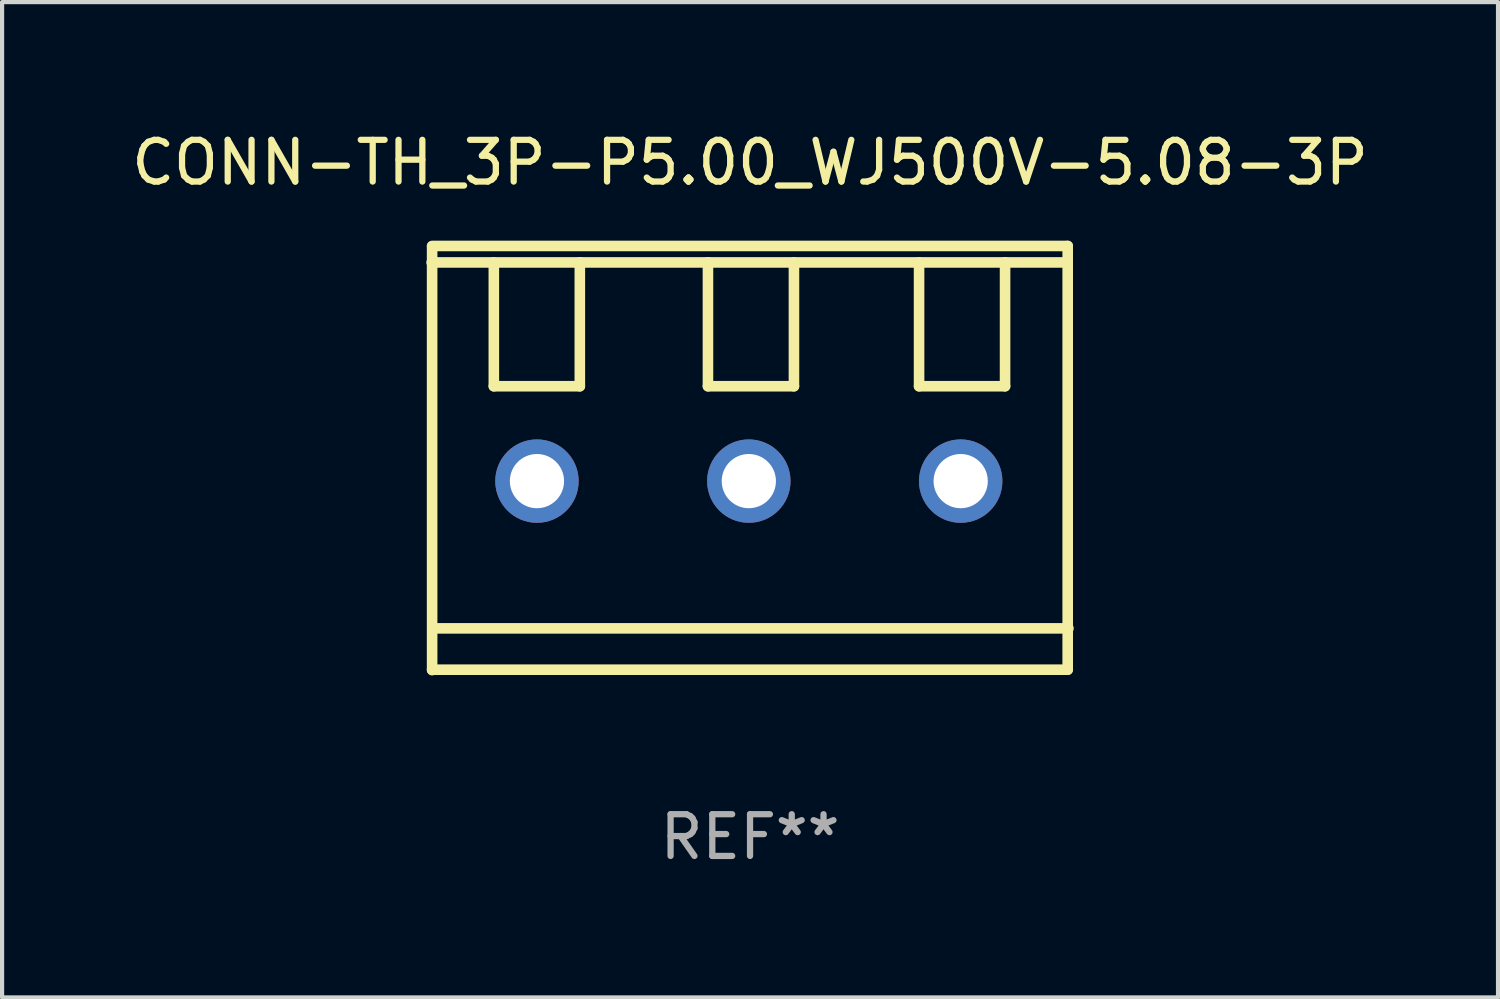
<source format=kicad_pcb>
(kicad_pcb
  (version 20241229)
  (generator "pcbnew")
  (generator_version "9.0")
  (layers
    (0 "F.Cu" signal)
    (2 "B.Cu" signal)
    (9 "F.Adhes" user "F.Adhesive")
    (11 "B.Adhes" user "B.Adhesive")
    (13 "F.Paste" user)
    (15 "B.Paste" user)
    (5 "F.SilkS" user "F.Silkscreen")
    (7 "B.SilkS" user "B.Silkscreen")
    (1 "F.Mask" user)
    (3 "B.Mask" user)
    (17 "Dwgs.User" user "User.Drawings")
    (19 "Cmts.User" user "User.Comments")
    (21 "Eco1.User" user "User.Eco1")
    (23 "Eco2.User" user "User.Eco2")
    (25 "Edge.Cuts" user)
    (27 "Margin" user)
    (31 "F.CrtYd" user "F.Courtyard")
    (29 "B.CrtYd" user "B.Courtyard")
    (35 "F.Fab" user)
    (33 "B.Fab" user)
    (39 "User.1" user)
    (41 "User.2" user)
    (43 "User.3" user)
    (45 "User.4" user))
  (footprint "CONN-TH_3P-P5.00_WJ500V-5.08-3P"
    (layer "F.Cu")
    (at 14.905 8.486)
    (property "Reference" "CONN-TH_3P-P5.00_WJ500V-5.08-3P" (at 0.029 -7.638 0) (layer "F.SilkS") (effects (font (size 1 1) (thickness 0.15))))
    (attr through_hole)
    (fp_line (start -7.594 4.532) (end -7.594 -5.628) (stroke (width 0.254) (type solid)) (layer "F.SilkS"))
    (fp_line (start -6.114 -5.245) (end -6.114 -2.275) (stroke (width 0.254) (type solid)) (layer "F.SilkS"))
    (fp_line (start -6.114 -2.275) (end -4.052 -2.275) (stroke (width 0.254) (type solid)) (layer "F.SilkS"))
    (fp_line (start -4.052 -2.275) (end -4.052 -5.245) (stroke (width 0.254) (type solid)) (layer "F.SilkS"))
    (fp_line (start -0.98 -5.245) (end -0.98 -2.275) (stroke (width 0.254) (type solid)) (layer "F.SilkS"))
    (fp_line (start -0.98 -2.275) (end 1.082 -2.275) (stroke (width 0.254) (type solid)) (layer "F.SilkS"))
    (fp_line (start 1.082 -2.275) (end 1.082 -5.245) (stroke (width 0.254) (type solid)) (layer "F.SilkS"))
    (fp_line (start 4.082 -5.245) (end 4.082 -2.275) (stroke (width 0.254) (type solid)) (layer "F.SilkS"))
    (fp_line (start 4.082 -2.275) (end 6.144 -2.275) (stroke (width 0.254) (type solid)) (layer "F.SilkS"))
    (fp_line (start 6.144 -2.275) (end 6.144 -5.245) (stroke (width 0.254) (type solid)) (layer "F.SilkS"))
    (fp_line (start 7.635 -5.243) (end -7.605 -5.243) (stroke (width 0.254) (type solid)) (layer "F.SilkS"))
    (fp_line (start 7.646 -5.638) (end -7.594 -5.638) (stroke (width 0.254) (type solid)) (layer "F.SilkS"))
    (fp_line (start 7.646 4.522) (end -7.594 4.522) (stroke (width 0.254) (type solid)) (layer "F.SilkS"))
    (fp_line (start 7.646 4.522) (end 7.646 -5.638) (stroke (width 0.254) (type solid)) (layer "F.SilkS"))
    (fp_line (start 7.664 3.531) (end -7.576 3.531) (stroke (width 0.254) (type solid)) (layer "F.SilkS"))
    (fp_circle (center -7.62 4.5) (end -7.59 4.5) (stroke (width 0.06) (type solid)) (fill no) (layer "F.SilkS"))
    (fp_text user "REF**" (at 0.029 8.532 0) (layer "F.Fab") (effects (font (size 1 1) (thickness 0.15))))
    (pad "1" thru_hole circle (at -5.08 0) (size 2 2) (drill 1.3) (layers "*.Cu" "*.Mask"))
    (pad "2" thru_hole circle (at 0 0) (size 2 2) (drill 1.3) (layers "*.Cu" "*.Mask"))
    (pad "3" thru_hole circle (at 5.08 0) (size 2 2) (drill 1.3) (layers "*.Cu" "*.Mask")))
  (gr_rect
    (start -3 -3)
    (end 32.869 20.866)
    (stroke (width 0.1) (type default))
    (fill no)
    (layer "Edge.Cuts")))
</source>
